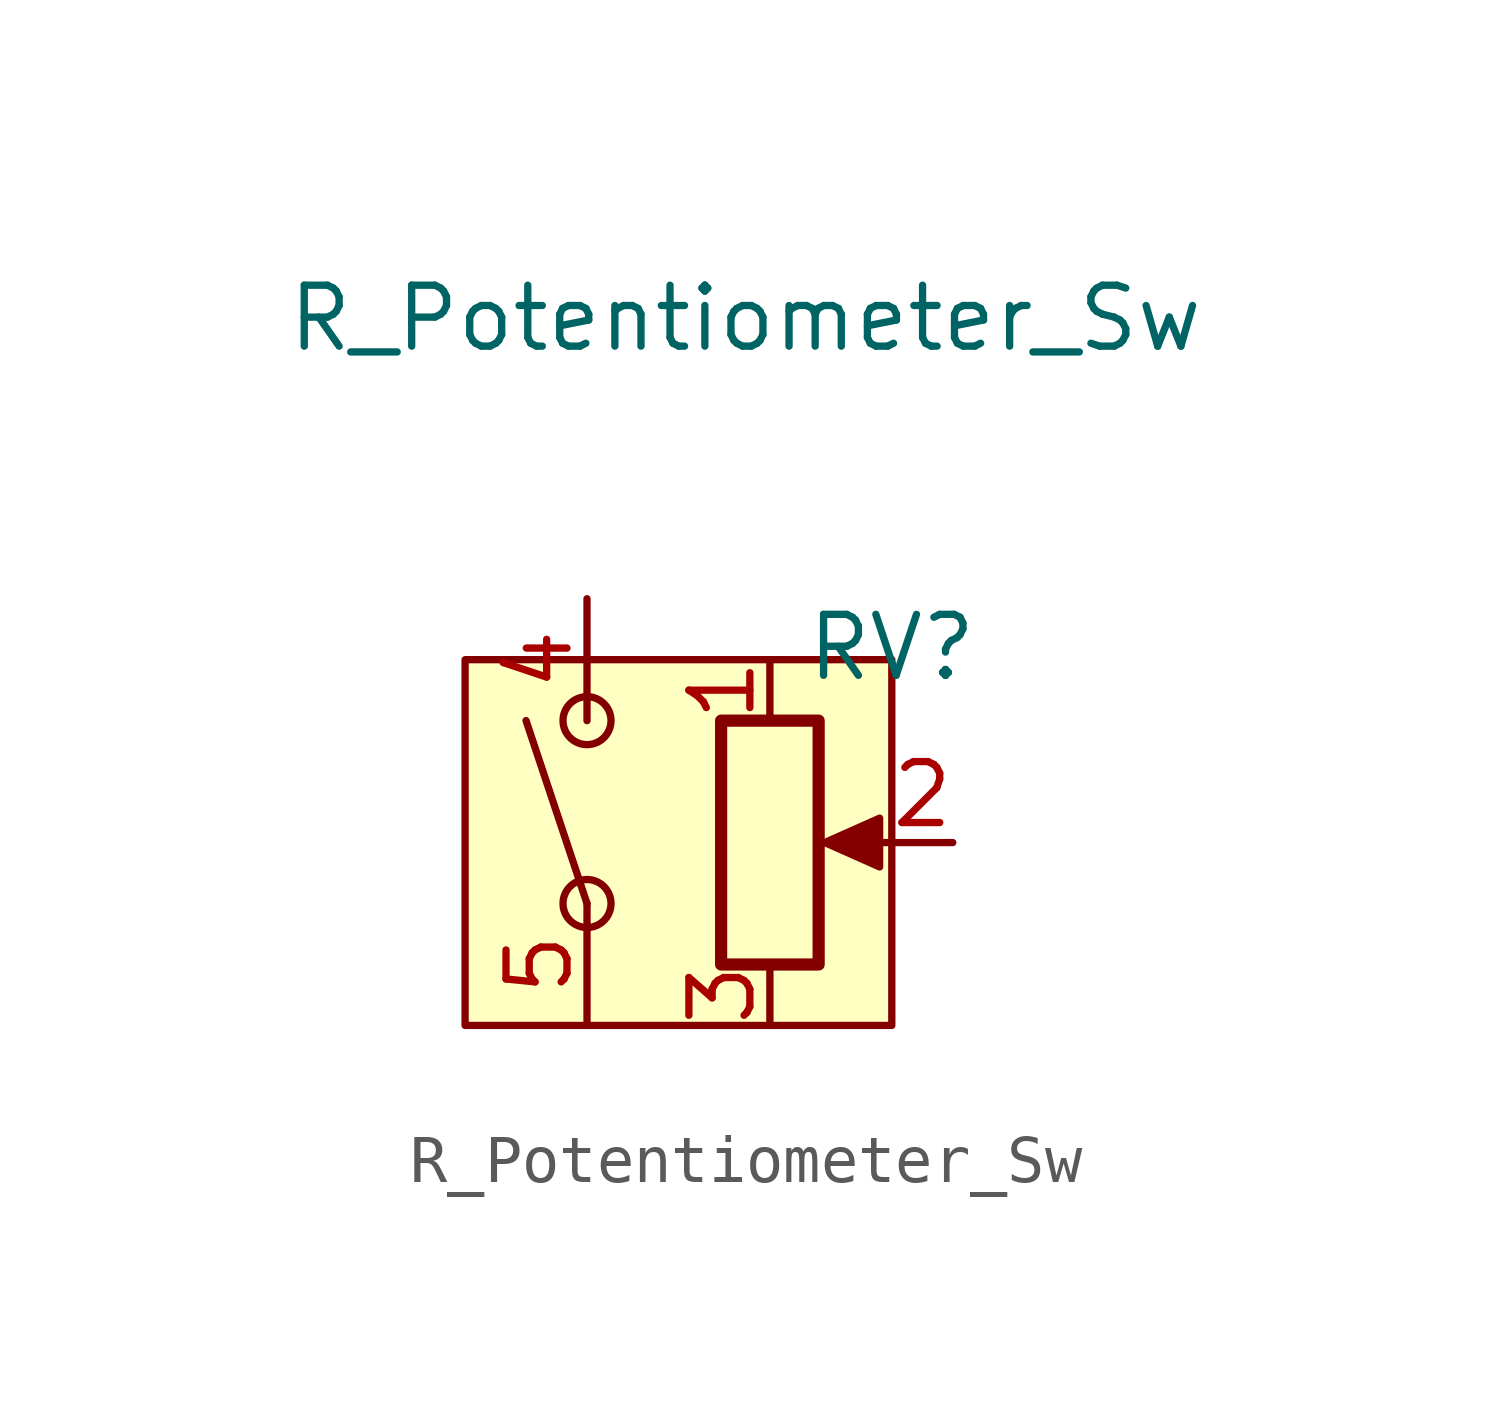
<source format=kicad_sym>
(kicad_symbol_lib
  (version 20231120)
  (generator "kicad_symbol_editor")
  (generator_version "8.0")
  (symbol "R_Potentiometer_Sw"
    (pin_names
      (offset 1.016) hide)
    (property "Reference" "RV"
      (at 2.54 4.064 0)
      (effects (font (size 1.27 1.27))))
    (property "Value" "R_Potentiometer_Sw"
      (at -0.508 10.922 0)
      (effects (font (size 1.27 1.27))))
    (symbol "R_Potentiometer_Sw_0_1"
      (circle (center -3.81 -1.27) (radius 0.5) (stroke (width 0) (type default)) (fill (type none)))
      (circle (center -3.81 2.54) (radius 0.5) (stroke (width 0) (type default)) (fill (type none)))
      (rectangle (start -1.016 2.54) (end 1.016 -2.54) (stroke (width 0.254) (type default)) (fill (type none)))
      (polyline (pts (xy -3.81 -1.27) (xy -5.08 2.54)) (stroke (width 0) (type default)) (fill (type none)))
      (polyline (pts (xy 2.54 0) (xy 1.524 0)) (stroke (width 0) (type default)) (fill (type none)))
      (polyline (pts (xy 1.143 0) (xy 2.286 0.508) (xy 2.286 -0.508) (xy 1.143 0)) (stroke (width 0) (type default)) (fill (type outline))))
    (symbol "R_Potentiometer_Sw_1_1"
      (rectangle (start -6.35 3.81) (end 2.54 -3.81) (stroke (width 0) (type default)) (fill (type background)))
      (pin passive line (at 0 3.81 270) (length 1.27) (name "1" (effects (font (size 1.27 1.27)))) (number "1" (effects (font (size 1.27 1.27)))))
      (pin passive line (at 3.81 0 180) (length 1.27) (name "2" (effects (font (size 1.27 1.27)))) (number "2" (effects (font (size 1.27 1.27)))))
      (pin passive line (at 0 -3.81 90) (length 1.27) (name "3" (effects (font (size 1.27 1.27)))) (number "3" (effects (font (size 1.27 1.27)))))
      (pin passive line (at -3.81 5.08 270) (length 2.54) (name "" (effects (font (size 1.27 1.27)))) (number "4" (effects (font (size 1.27 1.27)))))
      (pin passive line (at -3.81 -3.81 90) (length 2.54) (name "" (effects (font (size 1.27 1.27)))) (number "5" (effects (font (size 1.27 1.27))))))))
</source>
